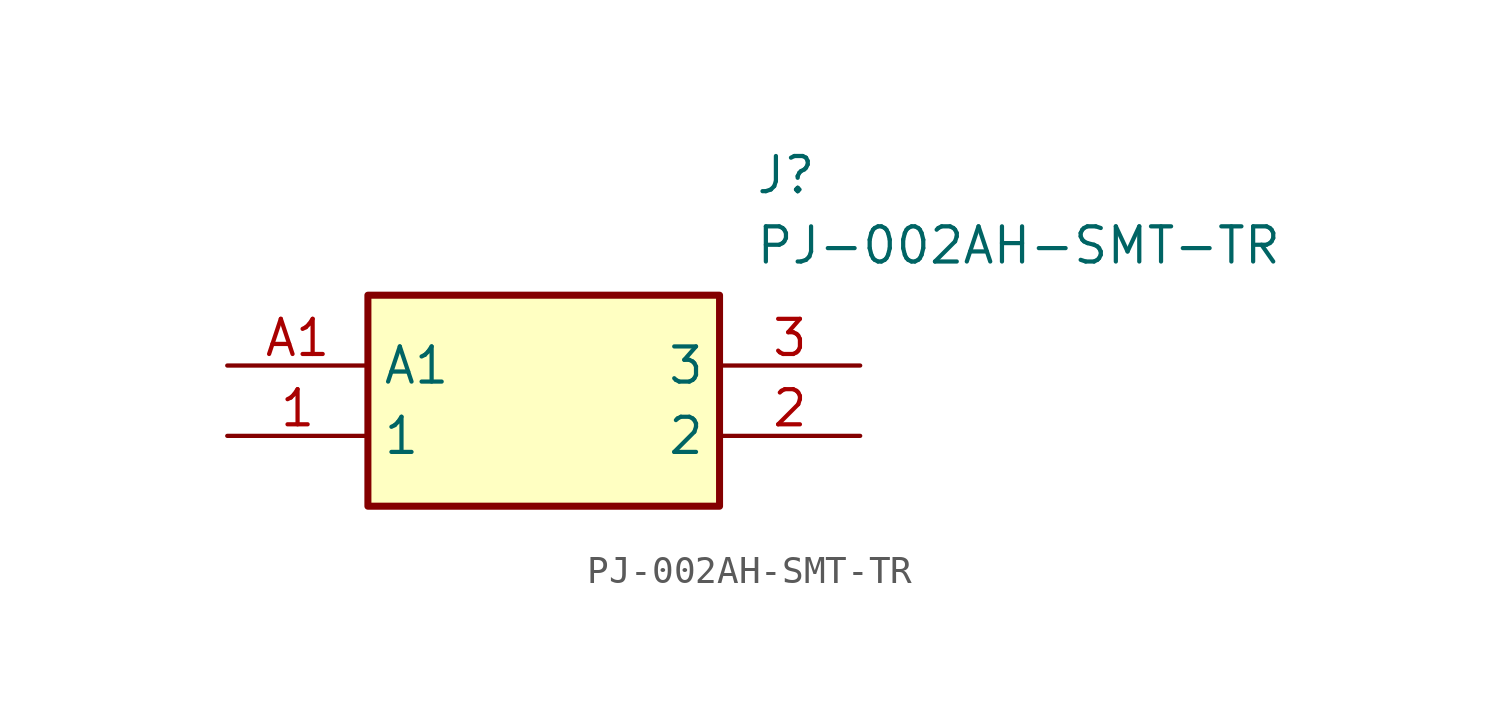
<source format=kicad_sym>
(kicad_symbol_lib
  (version 20211014)
  (generator SamacSys_ECAD_Model)
  (symbol "PJ-002AH-SMT-TR"
    (property "Reference" "J"
      (at 19.05 7.62 0)
      (effects (font (size 1.27 1.27)) (justify left top)))
    (property "Value" "PJ-002AH-SMT-TR"
      (at 19.05 5.08 0)
      (effects (font (size 1.27 1.27)) (justify left top)))
    (rectangle
      (start 5.08 2.54)
      (end 17.78 -5.08)
      (stroke (width 0.254) (type default))
      (fill (type background)))
    (pin passive line
      (at 0 -2.54 0)
      (length 5.08)
      (name "1" (effects (font (size 1.27 1.27))))
      (number "1" (effects (font (size 1.27 1.27)))))
    (pin passive line
      (at 22.86 -2.54 180)
      (length 5.08)
      (name "2" (effects (font (size 1.27 1.27))))
      (number "2" (effects (font (size 1.27 1.27)))))
    (pin passive line
      (at 22.86 0 180)
      (length 5.08)
      (name "3" (effects (font (size 1.27 1.27))))
      (number "3" (effects (font (size 1.27 1.27)))))
    (pin passive line
      (at 0 0 0)
      (length 5.08)
      (name "A1" (effects (font (size 1.27 1.27))))
      (number "A1" (effects (font (size 1.27 1.27)))))))
</source>
